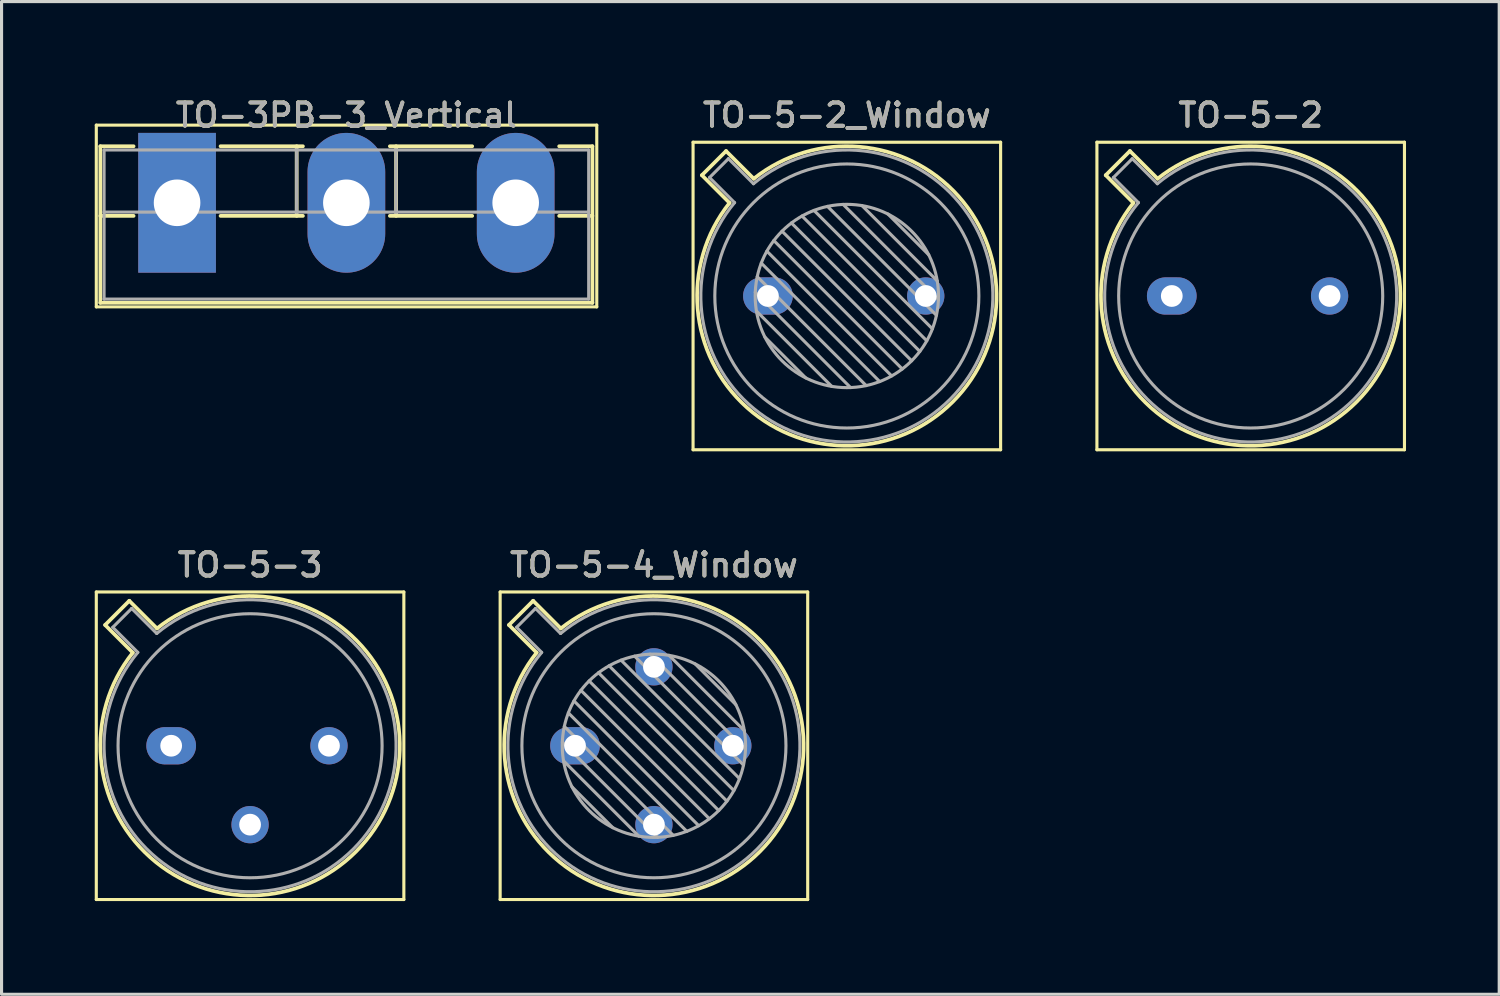
<source format=kicad_pcb>
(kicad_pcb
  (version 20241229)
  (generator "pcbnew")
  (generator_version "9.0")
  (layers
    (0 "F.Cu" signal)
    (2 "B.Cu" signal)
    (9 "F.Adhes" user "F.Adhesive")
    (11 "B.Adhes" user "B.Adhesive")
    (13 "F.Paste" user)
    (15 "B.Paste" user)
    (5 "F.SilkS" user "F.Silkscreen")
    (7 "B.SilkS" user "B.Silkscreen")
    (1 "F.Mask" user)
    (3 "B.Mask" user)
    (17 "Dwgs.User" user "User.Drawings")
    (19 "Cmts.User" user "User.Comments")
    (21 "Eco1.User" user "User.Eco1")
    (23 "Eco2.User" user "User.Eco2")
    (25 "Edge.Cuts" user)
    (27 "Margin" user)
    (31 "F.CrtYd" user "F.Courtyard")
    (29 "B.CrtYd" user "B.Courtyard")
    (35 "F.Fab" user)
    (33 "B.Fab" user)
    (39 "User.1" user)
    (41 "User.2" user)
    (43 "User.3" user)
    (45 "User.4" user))
  (footprint "TO-5-4_Window"
    (layer "F.Cu")
    (at 15.46 20.956)
    (property "Reference" "TO-5-4_Window" (at 2.54 -5.82 0) (layer "F.SilkS") (effects (font (size 0.75 0.75) (thickness 0.125))))
    (attr through_hole)
    (fp_line (start -2.41 -4.95) (end -2.41 4.95) (stroke (width 0.1) (type solid)) (layer "F.SilkS"))
    (fp_line (start -2.41 4.95) (end 7.49 4.95) (stroke (width 0.1) (type solid)) (layer "F.SilkS"))
    (fp_line (start -2.126 -3.888) (end -1.235 -2.997) (stroke (width 0.12) (type solid)) (layer "F.SilkS"))
    (fp_line (start -1.348 -4.666) (end -2.126 -3.888) (stroke (width 0.12) (type solid)) (layer "F.SilkS"))
    (fp_line (start -0.457 -3.775) (end -1.348 -4.666) (stroke (width 0.12) (type solid)) (layer "F.SilkS"))
    (fp_line (start 7.49 -4.95) (end -2.41 -4.95) (stroke (width 0.1) (type solid)) (layer "F.SilkS"))
    (fp_line (start 7.49 4.95) (end 7.49 -4.95) (stroke (width 0.1) (type solid)) (layer "F.SilkS"))
    (fp_arc (start -0.457084 -3.774902) (mid 5.948255 3.408255) (end -1.234902 -2.997084) (stroke (width 0.12) (type solid)) (layer "F.SilkS"))
    (fp_line (start -1.88 -3.812) (end -1.074 -3.005) (stroke (width 0.1) (type solid)) (layer "F.Fab"))
    (fp_line (start -1.272 -4.42) (end -1.88 -3.812) (stroke (width 0.1) (type solid)) (layer "F.Fab"))
    (fp_line (start -0.465 -3.614) (end -1.272 -4.42) (stroke (width 0.1) (type solid)) (layer "F.Fab"))
    (fp_line (start -0.408 -0.12) (end 2.66 2.948) (stroke (width 0.1) (type solid)) (layer "F.Fab"))
    (fp_line (start -0.371 0.485) (end 2.055 2.911) (stroke (width 0.1) (type solid)) (layer "F.Fab"))
    (fp_line (start -0.344 -0.622) (end 3.162 2.884) (stroke (width 0.1) (type solid)) (layer "F.Fab"))
    (fp_line (start -0.215 -1.058) (end 3.598 2.755) (stroke (width 0.1) (type solid)) (layer "F.Fab"))
    (fp_line (start -0.097 1.324) (end 1.216 2.637) (stroke (width 0.1) (type solid)) (layer "F.Fab"))
    (fp_line (start -0.034 -1.443) (end 3.983 2.574) (stroke (width 0.1) (type solid)) (layer "F.Fab"))
    (fp_line (start 0.19 -1.784) (end 4.324 2.35) (stroke (width 0.1) (type solid)) (layer "F.Fab"))
    (fp_line (start 0.454 -2.086) (end 4.626 2.086) (stroke (width 0.1) (type solid)) (layer "F.Fab"))
    (fp_line (start 0.756 -2.35) (end 4.89 1.784) (stroke (width 0.1) (type solid)) (layer "F.Fab"))
    (fp_line (start 1.097 -2.574) (end 5.114 1.443) (stroke (width 0.1) (type solid)) (layer "F.Fab"))
    (fp_line (start 1.482 -2.755) (end 5.295 1.058) (stroke (width 0.1) (type solid)) (layer "F.Fab"))
    (fp_line (start 1.918 -2.884) (end 5.424 0.622) (stroke (width 0.1) (type solid)) (layer "F.Fab"))
    (fp_line (start 2.42 -2.948) (end 5.488 0.12) (stroke (width 0.1) (type solid)) (layer "F.Fab"))
    (fp_line (start 3.025 -2.911) (end 5.451 -0.485) (stroke (width 0.1) (type solid)) (layer "F.Fab"))
    (fp_line (start 3.864 -2.637) (end 5.177 -1.324) (stroke (width 0.1) (type solid)) (layer "F.Fab"))
    (fp_arc (start -0.465408 -3.61352) (mid 5.863402 3.323402) (end -1.07352 -3.005408) (stroke (width 0.1) (type solid)) (layer "F.Fab"))
    (fp_circle (center 2.54 0) (end 5.49 0) (stroke (width 0.1) (type solid)) (fill no) (layer "F.Fab"))
    (fp_circle (center 2.54 0) (end 6.79 0) (stroke (width 0.1) (type solid)) (fill no) (layer "F.Fab"))
    (fp_text user "${REFERENCE}" (at 2.54 -5.82 0) (layer "F.Fab") (effects (font (size 0.75 0.75) (thickness 0.125))))
    (pad "1" thru_hole oval (at 0 0) (size 1.6 1.2) (drill 0.7) (layers "*.Cu" "*.Mask"))
    (pad "2" thru_hole circle (at 2.54 2.54) (size 1.2 1.2) (drill 0.7) (layers "*.Cu" "*.Mask"))
    (pad "3" thru_hole circle (at 5.08 0) (size 1.2 1.2) (drill 0.7) (layers "*.Cu" "*.Mask"))
    (pad "4" thru_hole circle (at 2.54 -2.54) (size 1.2 1.2) (drill 0.7) (layers "*.Cu" "*.Mask")))
  (footprint "TO-5-2_Window"
    (layer "F.Cu")
    (at 21.67 6.478)
    (property "Reference" "TO-5-2_Window" (at 2.54 -5.82 0) (layer "F.SilkS") (effects (font (size 0.75 0.75) (thickness 0.125))))
    (attr through_hole)
    (fp_line (start -2.41 -4.95) (end -2.41 4.95) (stroke (width 0.1) (type solid)) (layer "F.SilkS"))
    (fp_line (start -2.41 4.95) (end 7.49 4.95) (stroke (width 0.1) (type solid)) (layer "F.SilkS"))
    (fp_line (start -2.126 -3.888) (end -1.235 -2.997) (stroke (width 0.12) (type solid)) (layer "F.SilkS"))
    (fp_line (start -1.348 -4.666) (end -2.126 -3.888) (stroke (width 0.12) (type solid)) (layer "F.SilkS"))
    (fp_line (start -0.457 -3.775) (end -1.348 -4.666) (stroke (width 0.12) (type solid)) (layer "F.SilkS"))
    (fp_line (start 7.49 -4.95) (end -2.41 -4.95) (stroke (width 0.1) (type solid)) (layer "F.SilkS"))
    (fp_line (start 7.49 4.95) (end 7.49 -4.95) (stroke (width 0.1) (type solid)) (layer "F.SilkS"))
    (fp_arc (start -0.457084 -3.774902) (mid 5.948255 3.408255) (end -1.234902 -2.997084) (stroke (width 0.12) (type solid)) (layer "F.SilkS"))
    (fp_line (start -1.88 -3.812) (end -1.074 -3.005) (stroke (width 0.1) (type solid)) (layer "F.Fab"))
    (fp_line (start -1.272 -4.42) (end -1.88 -3.812) (stroke (width 0.1) (type solid)) (layer "F.Fab"))
    (fp_line (start -0.465 -3.614) (end -1.272 -4.42) (stroke (width 0.1) (type solid)) (layer "F.Fab"))
    (fp_line (start -0.408 -0.12) (end 2.66 2.948) (stroke (width 0.1) (type solid)) (layer "F.Fab"))
    (fp_line (start -0.371 0.485) (end 2.055 2.911) (stroke (width 0.1) (type solid)) (layer "F.Fab"))
    (fp_line (start -0.344 -0.622) (end 3.162 2.884) (stroke (width 0.1) (type solid)) (layer "F.Fab"))
    (fp_line (start -0.215 -1.058) (end 3.598 2.755) (stroke (width 0.1) (type solid)) (layer "F.Fab"))
    (fp_line (start -0.097 1.324) (end 1.216 2.637) (stroke (width 0.1) (type solid)) (layer "F.Fab"))
    (fp_line (start -0.034 -1.443) (end 3.983 2.574) (stroke (width 0.1) (type solid)) (layer "F.Fab"))
    (fp_line (start 0.19 -1.784) (end 4.324 2.35) (stroke (width 0.1) (type solid)) (layer "F.Fab"))
    (fp_line (start 0.454 -2.086) (end 4.626 2.086) (stroke (width 0.1) (type solid)) (layer "F.Fab"))
    (fp_line (start 0.756 -2.35) (end 4.89 1.784) (stroke (width 0.1) (type solid)) (layer "F.Fab"))
    (fp_line (start 1.097 -2.574) (end 5.114 1.443) (stroke (width 0.1) (type solid)) (layer "F.Fab"))
    (fp_line (start 1.482 -2.755) (end 5.295 1.058) (stroke (width 0.1) (type solid)) (layer "F.Fab"))
    (fp_line (start 1.918 -2.884) (end 5.424 0.622) (stroke (width 0.1) (type solid)) (layer "F.Fab"))
    (fp_line (start 2.42 -2.948) (end 5.488 0.12) (stroke (width 0.1) (type solid)) (layer "F.Fab"))
    (fp_line (start 3.025 -2.911) (end 5.451 -0.485) (stroke (width 0.1) (type solid)) (layer "F.Fab"))
    (fp_line (start 3.864 -2.637) (end 5.177 -1.324) (stroke (width 0.1) (type solid)) (layer "F.Fab"))
    (fp_arc (start -0.465408 -3.61352) (mid 5.863402 3.323402) (end -1.07352 -3.005408) (stroke (width 0.1) (type solid)) (layer "F.Fab"))
    (fp_circle (center 2.54 0) (end 5.49 0) (stroke (width 0.1) (type solid)) (fill no) (layer "F.Fab"))
    (fp_circle (center 2.54 0) (end 6.79 0) (stroke (width 0.1) (type solid)) (fill no) (layer "F.Fab"))
    (fp_text user "${REFERENCE}" (at 2.54 -5.82 0) (layer "F.Fab") (effects (font (size 0.75 0.75) (thickness 0.125))))
    (pad "1" thru_hole oval (at 0 0) (size 1.6 1.2) (drill 0.7) (layers "*.Cu" "*.Mask"))
    (pad "2" thru_hole circle (at 5.08 0) (size 1.2 1.2) (drill 0.7) (layers "*.Cu" "*.Mask")))
  (footprint "TO-5-3"
    (layer "F.Cu")
    (at 2.46 20.956)
    (property "Reference" "TO-5-3" (at 2.54 -5.82 0) (layer "F.SilkS") (effects (font (size 0.75 0.75) (thickness 0.125))))
    (attr through_hole)
    (fp_line (start -2.41 -4.95) (end -2.41 4.95) (stroke (width 0.1) (type solid)) (layer "F.SilkS"))
    (fp_line (start -2.41 4.95) (end 7.49 4.95) (stroke (width 0.1) (type solid)) (layer "F.SilkS"))
    (fp_line (start -2.126 -3.888) (end -1.235 -2.997) (stroke (width 0.12) (type solid)) (layer "F.SilkS"))
    (fp_line (start -1.348 -4.666) (end -2.126 -3.888) (stroke (width 0.12) (type solid)) (layer "F.SilkS"))
    (fp_line (start -0.457 -3.775) (end -1.348 -4.666) (stroke (width 0.12) (type solid)) (layer "F.SilkS"))
    (fp_line (start 7.49 -4.95) (end -2.41 -4.95) (stroke (width 0.1) (type solid)) (layer "F.SilkS"))
    (fp_line (start 7.49 4.95) (end 7.49 -4.95) (stroke (width 0.1) (type solid)) (layer "F.SilkS"))
    (fp_arc (start -0.457084 -3.774902) (mid 5.948255 3.408255) (end -1.234902 -2.997084) (stroke (width 0.12) (type solid)) (layer "F.SilkS"))
    (fp_line (start -1.88 -3.812) (end -1.074 -3.005) (stroke (width 0.1) (type solid)) (layer "F.Fab"))
    (fp_line (start -1.272 -4.42) (end -1.88 -3.812) (stroke (width 0.1) (type solid)) (layer "F.Fab"))
    (fp_line (start -0.465 -3.614) (end -1.272 -4.42) (stroke (width 0.1) (type solid)) (layer "F.Fab"))
    (fp_arc (start -0.465408 -3.61352) (mid 5.863402 3.323402) (end -1.07352 -3.005408) (stroke (width 0.1) (type solid)) (layer "F.Fab"))
    (fp_circle (center 2.54 0) (end 6.79 0) (stroke (width 0.1) (type solid)) (fill no) (layer "F.Fab"))
    (fp_text user "${REFERENCE}" (at 2.54 -5.82 0) (layer "F.Fab") (effects (font (size 0.75 0.75) (thickness 0.125))))
    (pad "1" thru_hole oval (at 0 0) (size 1.6 1.2) (drill 0.7) (layers "*.Cu" "*.Mask"))
    (pad "2" thru_hole circle (at 2.54 2.54) (size 1.2 1.2) (drill 0.7) (layers "*.Cu" "*.Mask"))
    (pad "3" thru_hole circle (at 5.08 0) (size 1.2 1.2) (drill 0.7) (layers "*.Cu" "*.Mask")))
  (footprint "TO-3PB-3_Vertical"
    (layer "F.Cu")
    (at 2.65 3.478)
    (property "Reference" "TO-3PB-3_Vertical" (at 5.45 -2.82 0) (layer "F.SilkS") (effects (font (size 0.75 0.75) (thickness 0.125))))
    (attr through_hole)
    (fp_line (start -2.6 -2.5) (end -2.6 3.35) (stroke (width 0.1) (type solid)) (layer "F.SilkS"))
    (fp_line (start -2.6 3.35) (end 13.51 3.35) (stroke (width 0.1) (type solid)) (layer "F.SilkS"))
    (fp_line (start -2.47 -1.82) (end -2.47 3.22) (stroke (width 0.12) (type solid)) (layer "F.SilkS"))
    (fp_line (start -2.47 -1.82) (end -1.4 -1.82) (stroke (width 0.12) (type solid)) (layer "F.SilkS"))
    (fp_line (start -2.47 0.421) (end -1.4 0.421) (stroke (width 0.12) (type solid)) (layer "F.SilkS"))
    (fp_line (start -2.47 3.22) (end 13.37 3.22) (stroke (width 0.12) (type solid)) (layer "F.SilkS"))
    (fp_line (start 1.4 -1.82) (end 4.051 -1.82) (stroke (width 0.12) (type solid)) (layer "F.SilkS"))
    (fp_line (start 1.4 0.421) (end 4.051 0.421) (stroke (width 0.12) (type solid)) (layer "F.SilkS"))
    (fp_line (start 3.85 -1.82) (end 3.85 0.421) (stroke (width 0.12) (type solid)) (layer "F.SilkS"))
    (fp_line (start 6.85 -1.82) (end 9.5 -1.82) (stroke (width 0.12) (type solid)) (layer "F.SilkS"))
    (fp_line (start 6.85 0.421) (end 9.5 0.421) (stroke (width 0.12) (type solid)) (layer "F.SilkS"))
    (fp_line (start 7.051 -1.82) (end 7.051 0.421) (stroke (width 0.12) (type solid)) (layer "F.SilkS"))
    (fp_line (start 12.3 -1.82) (end 13.37 -1.82) (stroke (width 0.12) (type solid)) (layer "F.SilkS"))
    (fp_line (start 12.3 0.421) (end 13.37 0.421) (stroke (width 0.12) (type solid)) (layer "F.SilkS"))
    (fp_line (start 13.37 -1.82) (end 13.37 3.22) (stroke (width 0.12) (type solid)) (layer "F.SilkS"))
    (fp_line (start 13.51 -2.5) (end -2.6 -2.5) (stroke (width 0.1) (type solid)) (layer "F.SilkS"))
    (fp_line (start 13.51 3.35) (end 13.51 -2.5) (stroke (width 0.1) (type solid)) (layer "F.SilkS"))
    (fp_line (start -2.35 -1.7) (end -2.35 3.1) (stroke (width 0.1) (type solid)) (layer "F.Fab"))
    (fp_line (start -2.35 0.3) (end 13.25 0.3) (stroke (width 0.1) (type solid)) (layer "F.Fab"))
    (fp_line (start -2.35 3.1) (end 13.25 3.1) (stroke (width 0.1) (type solid)) (layer "F.Fab"))
    (fp_line (start 3.85 -1.7) (end 3.85 0.3) (stroke (width 0.1) (type solid)) (layer "F.Fab"))
    (fp_line (start 7.05 -1.7) (end 7.05 0.3) (stroke (width 0.1) (type solid)) (layer "F.Fab"))
    (fp_line (start 13.25 -1.7) (end -2.35 -1.7) (stroke (width 0.1) (type solid)) (layer "F.Fab"))
    (fp_line (start 13.25 3.1) (end 13.25 -1.7) (stroke (width 0.1) (type solid)) (layer "F.Fab"))
    (fp_text user "${REFERENCE}" (at 5.45 -2.82 0) (layer "F.Fab") (effects (font (size 0.75 0.75) (thickness 0.125))))
    (pad "1" thru_hole rect (at 0 0) (size 2.5 4.5) (drill 1.5) (layers "*.Cu" "*.Mask"))
    (pad "2" thru_hole oval (at 5.45 0) (size 2.5 4.5) (drill 1.5) (layers "*.Cu" "*.Mask"))
    (pad "3" thru_hole oval (at 10.9 0) (size 2.5 4.5) (drill 1.5) (layers "*.Cu" "*.Mask")))
  (footprint "TO-5-2"
    (layer "F.Cu")
    (at 34.67 6.478)
    (property "Reference" "TO-5-2" (at 2.54 -5.82 0) (layer "F.SilkS") (effects (font (size 0.75 0.75) (thickness 0.125))))
    (attr through_hole)
    (fp_line (start -2.41 -4.95) (end -2.41 4.95) (stroke (width 0.1) (type solid)) (layer "F.SilkS"))
    (fp_line (start -2.41 4.95) (end 7.49 4.95) (stroke (width 0.1) (type solid)) (layer "F.SilkS"))
    (fp_line (start -2.126 -3.888) (end -1.235 -2.997) (stroke (width 0.12) (type solid)) (layer "F.SilkS"))
    (fp_line (start -1.348 -4.666) (end -2.126 -3.888) (stroke (width 0.12) (type solid)) (layer "F.SilkS"))
    (fp_line (start -0.457 -3.775) (end -1.348 -4.666) (stroke (width 0.12) (type solid)) (layer "F.SilkS"))
    (fp_line (start 7.49 -4.95) (end -2.41 -4.95) (stroke (width 0.1) (type solid)) (layer "F.SilkS"))
    (fp_line (start 7.49 4.95) (end 7.49 -4.95) (stroke (width 0.1) (type solid)) (layer "F.SilkS"))
    (fp_arc (start -0.457084 -3.774902) (mid 5.948255 3.408255) (end -1.234902 -2.997084) (stroke (width 0.12) (type solid)) (layer "F.SilkS"))
    (fp_line (start -1.88 -3.812) (end -1.074 -3.005) (stroke (width 0.1) (type solid)) (layer "F.Fab"))
    (fp_line (start -1.272 -4.42) (end -1.88 -3.812) (stroke (width 0.1) (type solid)) (layer "F.Fab"))
    (fp_line (start -0.465 -3.614) (end -1.272 -4.42) (stroke (width 0.1) (type solid)) (layer "F.Fab"))
    (fp_arc (start -0.465408 -3.61352) (mid 5.863402 3.323402) (end -1.07352 -3.005408) (stroke (width 0.1) (type solid)) (layer "F.Fab"))
    (fp_circle (center 2.54 0) (end 6.79 0) (stroke (width 0.1) (type solid)) (fill no) (layer "F.Fab"))
    (fp_text user "${REFERENCE}" (at 2.54 -5.82 0) (layer "F.Fab") (effects (font (size 0.75 0.75) (thickness 0.125))))
    (pad "1" thru_hole oval (at 0 0) (size 1.6 1.2) (drill 0.7) (layers "*.Cu" "*.Mask"))
    (pad "2" thru_hole circle (at 5.08 0) (size 1.2 1.2) (drill 0.7) (layers "*.Cu" "*.Mask")))
  (gr_rect
    (start -3 -3)
    (end 45.21 28.956)
    (stroke (width 0.1) (type default))
    (fill no)
    (layer "Edge.Cuts")))
</source>
